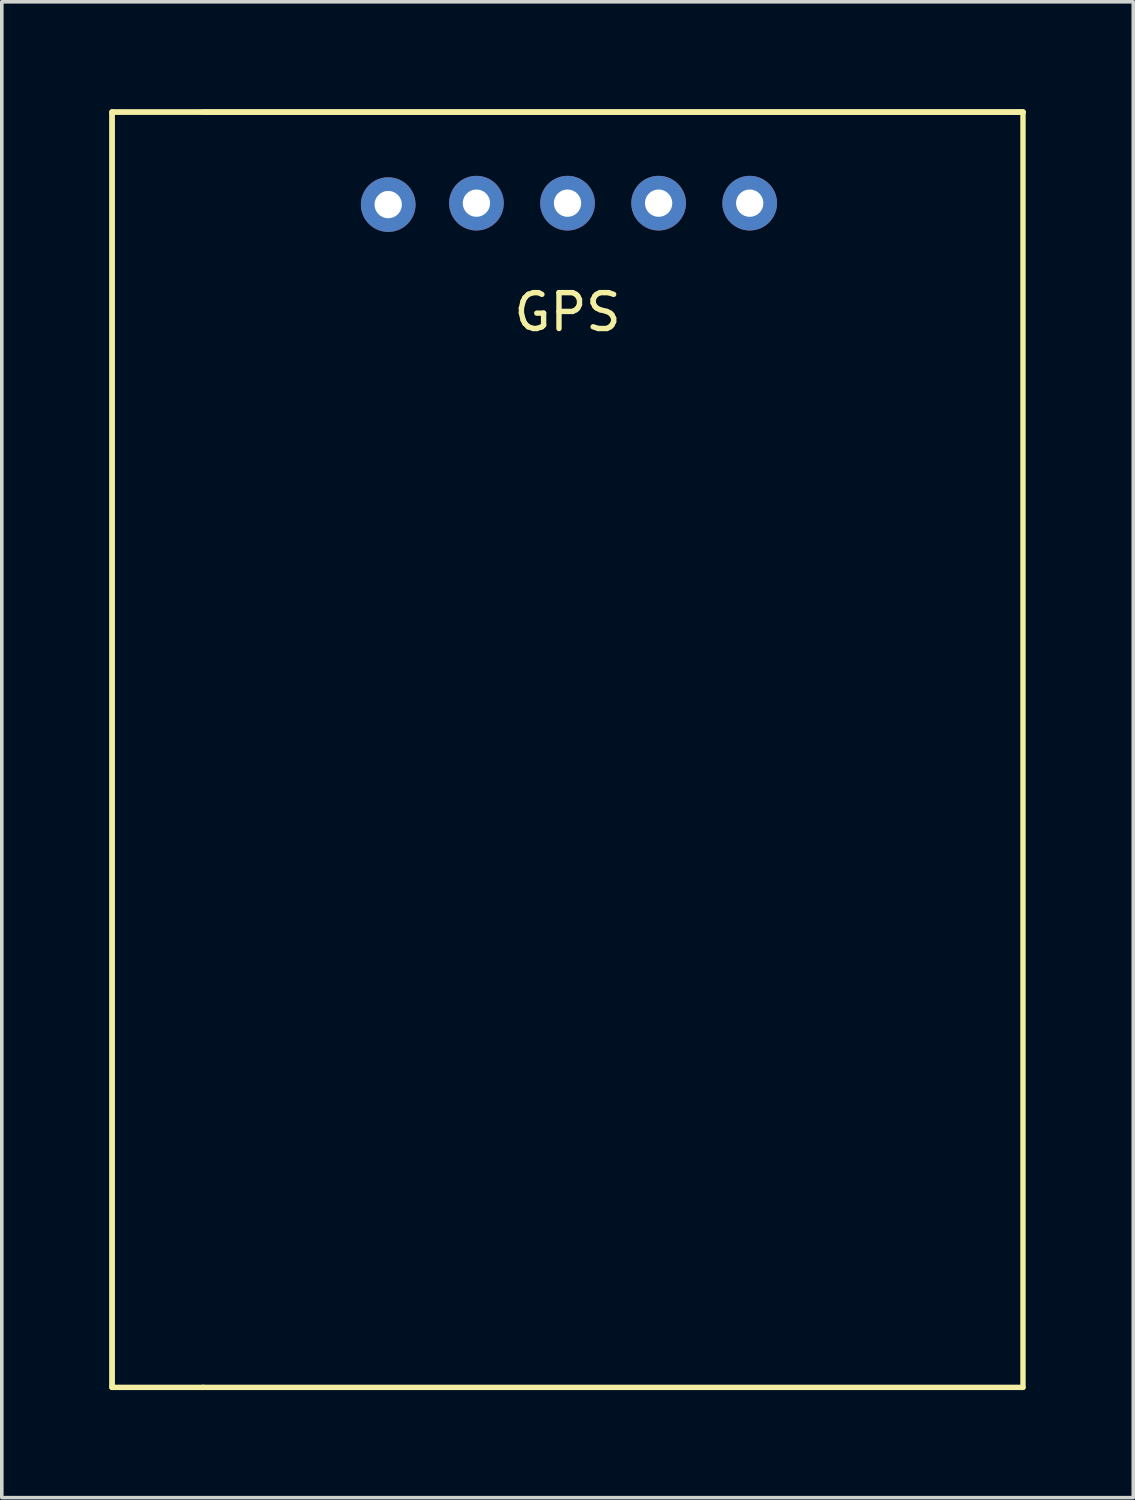
<source format=kicad_pcb>
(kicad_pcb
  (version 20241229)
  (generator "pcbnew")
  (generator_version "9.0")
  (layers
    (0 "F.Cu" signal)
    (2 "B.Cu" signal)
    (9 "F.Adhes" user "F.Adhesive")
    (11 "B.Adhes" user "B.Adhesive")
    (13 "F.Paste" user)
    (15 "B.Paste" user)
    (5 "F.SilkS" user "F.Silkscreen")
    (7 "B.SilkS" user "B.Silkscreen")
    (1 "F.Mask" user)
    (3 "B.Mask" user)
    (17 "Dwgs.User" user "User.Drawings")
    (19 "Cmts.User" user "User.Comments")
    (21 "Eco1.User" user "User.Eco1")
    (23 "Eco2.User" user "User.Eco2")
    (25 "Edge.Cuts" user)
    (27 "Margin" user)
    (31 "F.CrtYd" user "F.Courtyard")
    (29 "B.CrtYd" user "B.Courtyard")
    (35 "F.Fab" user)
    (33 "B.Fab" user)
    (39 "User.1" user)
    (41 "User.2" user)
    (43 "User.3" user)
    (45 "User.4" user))
  (footprint "GPS"
    (layer "F.Cu")
    (at 12.775 5.155)
    (property "Reference" "GPS" (at 0 0.5 0) (layer "F.SilkS") (effects (font (size 1 1) (thickness 0.15))))
    (attr through_hole)
    (fp_line (start -12.7 -5.08) (end -12.7 30.48) (stroke (width 0.15) (type solid)) (layer "F.SilkS"))
    (fp_line (start -12.7 -5.08) (end 12.7 -5.08) (stroke (width 0.15) (type solid)) (layer "F.SilkS"))
    (fp_line (start -12.7 30.48) (end -12.7 -5.08) (stroke (width 0.15) (type solid)) (layer "F.SilkS"))
    (fp_line (start -12.7 30.48) (end -10.16 30.48) (stroke (width 0.15) (type solid)) (layer "F.SilkS"))
    (fp_line (start -10.16 30.48) (end 12.7 30.48) (stroke (width 0.15) (type solid)) (layer "F.SilkS"))
    (fp_line (start 12.7 -5.08) (end -12.7 -5.08) (stroke (width 0.15) (type solid)) (layer "F.SilkS"))
    (fp_line (start 12.7 -5.08) (end -10.16 -5.08) (stroke (width 0.15) (type solid)) (layer "F.SilkS"))
    (fp_line (start 12.7 30.48) (end 12.7 -5.08) (stroke (width 0.15) (type solid)) (layer "F.SilkS"))
    (pad "1" thru_hole circle (at -5 -2.5) (size 1.524 1.524) (drill 0.762) (layers "*.Cu" "*.Mask"))
    (pad "2" thru_hole circle (at -2.54 -2.54) (size 1.524 1.524) (drill 0.762) (layers "*.Cu" "*.Mask"))
    (pad "3" thru_hole circle (at 0 -2.54) (size 1.524 1.524) (drill 0.762) (layers "*.Cu" "*.Mask"))
    (pad "4" thru_hole circle (at 2.54 -2.54) (size 1.524 1.524) (drill 0.762) (layers "*.Cu" "*.Mask"))
    (pad "5" thru_hole circle (at 5.08 -2.54) (size 1.524 1.524) (drill 0.762) (layers "*.Cu" "*.Mask")))
  (gr_rect
    (start -3 -3)
    (end 28.55 38.71)
    (stroke (width 0.1) (type default))
    (fill no)
    (layer "Edge.Cuts")))
</source>
